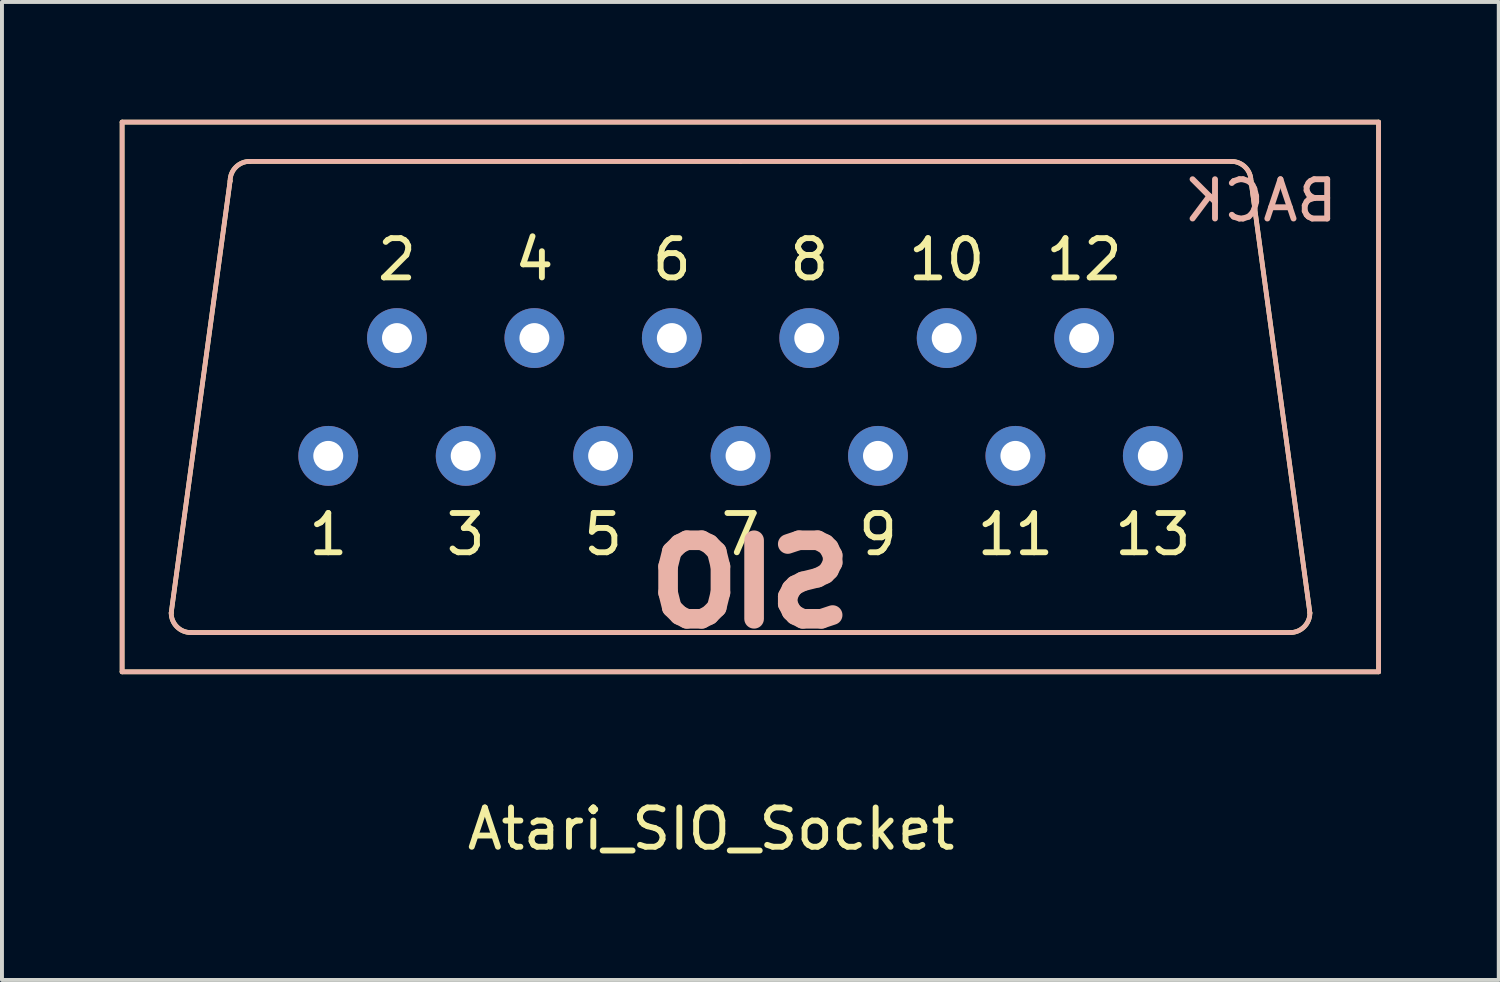
<source format=kicad_pcb>
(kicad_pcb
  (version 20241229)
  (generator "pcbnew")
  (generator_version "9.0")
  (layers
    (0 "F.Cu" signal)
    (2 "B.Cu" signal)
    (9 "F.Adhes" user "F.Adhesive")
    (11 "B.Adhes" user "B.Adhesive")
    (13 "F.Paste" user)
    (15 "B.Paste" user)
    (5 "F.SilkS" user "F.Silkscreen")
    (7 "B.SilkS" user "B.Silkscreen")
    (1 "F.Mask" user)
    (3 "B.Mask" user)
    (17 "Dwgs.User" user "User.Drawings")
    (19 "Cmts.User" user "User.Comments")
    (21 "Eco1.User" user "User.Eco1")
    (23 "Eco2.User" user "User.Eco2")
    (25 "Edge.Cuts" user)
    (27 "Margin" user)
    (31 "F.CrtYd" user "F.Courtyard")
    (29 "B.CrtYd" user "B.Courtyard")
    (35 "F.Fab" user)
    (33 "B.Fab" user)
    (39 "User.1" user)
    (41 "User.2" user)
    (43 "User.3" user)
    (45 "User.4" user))
  (footprint "Atari_SIO_Socket"
    (layer "F.Cu")
    (at 14.06 13.06)
    (property "Reference" "Atari_SIO_Socket" (at 1 5 0) (layer "F.SilkS") (effects (font (size 1 1) (thickness 0.15))))
    (attr through_hole)
    (fp_line (start -14 -13) (end -14 1) (stroke (width 0.12) (type solid)) (layer "F.SilkS"))
    (fp_line (start -14 1) (end 18 1) (stroke (width 0.12) (type solid)) (layer "F.SilkS"))
    (fp_line (start -12.25 0) (end 15.75 0) (stroke (width 0.12) (type solid)) (layer "F.SilkS"))
    (fp_line (start -11.25 -11.5) (end -12.75 -0.5) (stroke (width 0.12) (type solid)) (layer "F.SilkS"))
    (fp_line (start 1.75 -12) (end -10.75 -12) (stroke (width 0.12) (type solid)) (layer "F.SilkS"))
    (fp_line (start 1.75 -12) (end 14.25 -12) (stroke (width 0.12) (type solid)) (layer "F.SilkS"))
    (fp_line (start 16.25 -0.5) (end 14.75 -11.5) (stroke (width 0.12) (type solid)) (layer "F.SilkS"))
    (fp_line (start 18 -13) (end -14 -13) (stroke (width 0.12) (type solid)) (layer "F.SilkS"))
    (fp_line (start 18 1) (end 18 -13) (stroke (width 0.12) (type solid)) (layer "F.SilkS"))
    (fp_arc (start -12.25 0) (mid -12.603553 -0.146447) (end -12.75 -0.5) (stroke (width 0.12) (type solid)) (layer "F.SilkS"))
    (fp_arc (start -11.25 -11.5) (mid -11.103553 -11.853553) (end -10.75 -12) (stroke (width 0.12) (type solid)) (layer "F.SilkS"))
    (fp_arc (start 14.25 -12) (mid 14.603553 -11.853553) (end 14.75 -11.5) (stroke (width 0.12) (type solid)) (layer "F.SilkS"))
    (fp_arc (start 16.25 -0.5) (mid 16.103553 -0.146447) (end 15.75 0) (stroke (width 0.12) (type solid)) (layer "F.SilkS"))
    (fp_line (start -14 -13) (end 18 -13) (stroke (width 0.12) (type solid)) (layer "B.SilkS"))
    (fp_line (start -14 1) (end -14 -13) (stroke (width 0.12) (type solid)) (layer "B.SilkS"))
    (fp_line (start -12.75 -0.5) (end -11.25 -11.5) (stroke (width 0.12) (type solid)) (layer "B.SilkS"))
    (fp_line (start 1.75 -12) (end -10.75 -12) (stroke (width 0.12) (type solid)) (layer "B.SilkS"))
    (fp_line (start 1.75 -12) (end 14.25 -12) (stroke (width 0.12) (type solid)) (layer "B.SilkS"))
    (fp_line (start 14.75 -11.5) (end 16.25 -0.5) (stroke (width 0.12) (type solid)) (layer "B.SilkS"))
    (fp_line (start 15.75 0) (end -12.25 0) (stroke (width 0.12) (type solid)) (layer "B.SilkS"))
    (fp_line (start 18 -13) (end 18 1) (stroke (width 0.12) (type solid)) (layer "B.SilkS"))
    (fp_line (start 18 1) (end -14 1) (stroke (width 0.12) (type solid)) (layer "B.SilkS"))
    (fp_arc (start -12.25 0) (mid -12.603553 -0.146447) (end -12.75 -0.5) (stroke (width 0.12) (type solid)) (layer "B.SilkS"))
    (fp_arc (start -11.25 -11.5) (mid -11.103553 -11.853553) (end -10.75 -12) (stroke (width 0.12) (type solid)) (layer "B.SilkS"))
    (fp_arc (start 14.25 -12) (mid 14.603553 -11.853553) (end 14.75 -11.5) (stroke (width 0.12) (type solid)) (layer "B.SilkS"))
    (fp_arc (start 16.25 -0.5) (mid 16.103553 -0.146447) (end 15.75 0) (stroke (width 0.12) (type solid)) (layer "B.SilkS"))
    (fp_text user "9" (at 5.25 -2.5 0) (layer "F.SilkS") (effects (font (size 1 1) (thickness 0.15))))
    (fp_text user "1" (at -8.75 -2.5 0) (layer "F.SilkS") (effects (font (size 1 1) (thickness 0.15))))
    (fp_text user "13" (at 12.25 -2.5 0) (layer "F.SilkS") (effects (font (size 1 1) (thickness 0.15))))
    (fp_text user "6" (at 0 -9.5 0) (layer "F.SilkS") (effects (font (size 1 1) (thickness 0.15))))
    (fp_text user "4" (at -3.5 -9.5 0) (layer "F.SilkS") (effects (font (size 1 1) (thickness 0.15))))
    (fp_text user "12" (at 10.5 -9.5 0) (layer "F.SilkS") (effects (font (size 1 1) (thickness 0.15))))
    (fp_text user "10" (at 7 -9.5 0) (layer "F.SilkS") (effects (font (size 1 1) (thickness 0.15))))
    (fp_text user "2" (at -7 -9.5 0) (layer "F.SilkS") (effects (font (size 1 1) (thickness 0.15))))
    (fp_text user "3" (at -5.25 -2.5 0) (layer "F.SilkS") (effects (font (size 1 1) (thickness 0.15))))
    (fp_text user "5" (at -1.75 -2.5 0) (layer "F.SilkS") (effects (font (size 1 1) (thickness 0.15))))
    (fp_text user "11" (at 8.75 -2.5 0) (layer "F.SilkS") (effects (font (size 1 1) (thickness 0.15))))
    (fp_text user "7" (at 1.75 -2.5 0) (layer "F.SilkS") (effects (font (size 1 1) (thickness 0.15))))
    (fp_text user "8" (at 3.5 -9.5 0) (layer "F.SilkS") (effects (font (size 1 1) (thickness 0.15))))
    (fp_text user "BACK" (at 15 -11 0) (layer "B.SilkS") (effects (font (size 1 1) (thickness 0.15)) (justify mirror)))
    (fp_text user "SIO" (at 2 -1.25 0) (layer "B.SilkS") (effects (font (size 2 2) (thickness 0.5)) (justify mirror)))
    (pad "1" thru_hole circle (at -8.75 -4.5) (size 1.524 1.524) (drill 0.762) (layers "*.Cu" "*.Mask"))
    (pad "2" thru_hole circle (at -7 -7.5) (size 1.524 1.524) (drill 0.762) (layers "*.Cu" "*.Mask"))
    (pad "3" thru_hole circle (at -5.25 -4.5) (size 1.524 1.524) (drill 0.762) (layers "*.Cu" "*.Mask"))
    (pad "4" thru_hole circle (at -3.5 -7.5) (size 1.524 1.524) (drill 0.762) (layers "*.Cu" "*.Mask"))
    (pad "5" thru_hole circle (at -1.75 -4.5) (size 1.524 1.524) (drill 0.762) (layers "*.Cu" "*.Mask"))
    (pad "6" thru_hole circle (at 0 -7.5) (size 1.524 1.524) (drill 0.762) (layers "*.Cu" "*.Mask"))
    (pad "7" thru_hole circle (at 1.75 -4.5) (size 1.524 1.524) (drill 0.762) (layers "*.Cu" "*.Mask"))
    (pad "8" thru_hole circle (at 3.5 -7.5) (size 1.524 1.524) (drill 0.762) (layers "*.Cu" "*.Mask"))
    (pad "9" thru_hole circle (at 5.25 -4.5) (size 1.524 1.524) (drill 0.762) (layers "*.Cu" "*.Mask"))
    (pad "10" thru_hole circle (at 7 -7.5) (size 1.524 1.524) (drill 0.762) (layers "*.Cu" "*.Mask"))
    (pad "11" thru_hole circle (at 8.75 -4.5) (size 1.524 1.524) (drill 0.762) (layers "*.Cu" "*.Mask"))
    (pad "12" thru_hole circle (at 10.5 -7.5) (size 1.524 1.524) (drill 0.762) (layers "*.Cu" "*.Mask"))
    (pad "13" thru_hole circle (at 12.25 -4.5) (size 1.524 1.524) (drill 0.762) (layers "*.Cu" "*.Mask")))
  (gr_rect
    (start -3 -3)
    (end 35.12 21.908)
    (stroke (width 0.1) (type default))
    (fill no)
    (layer "Edge.Cuts")))
</source>
